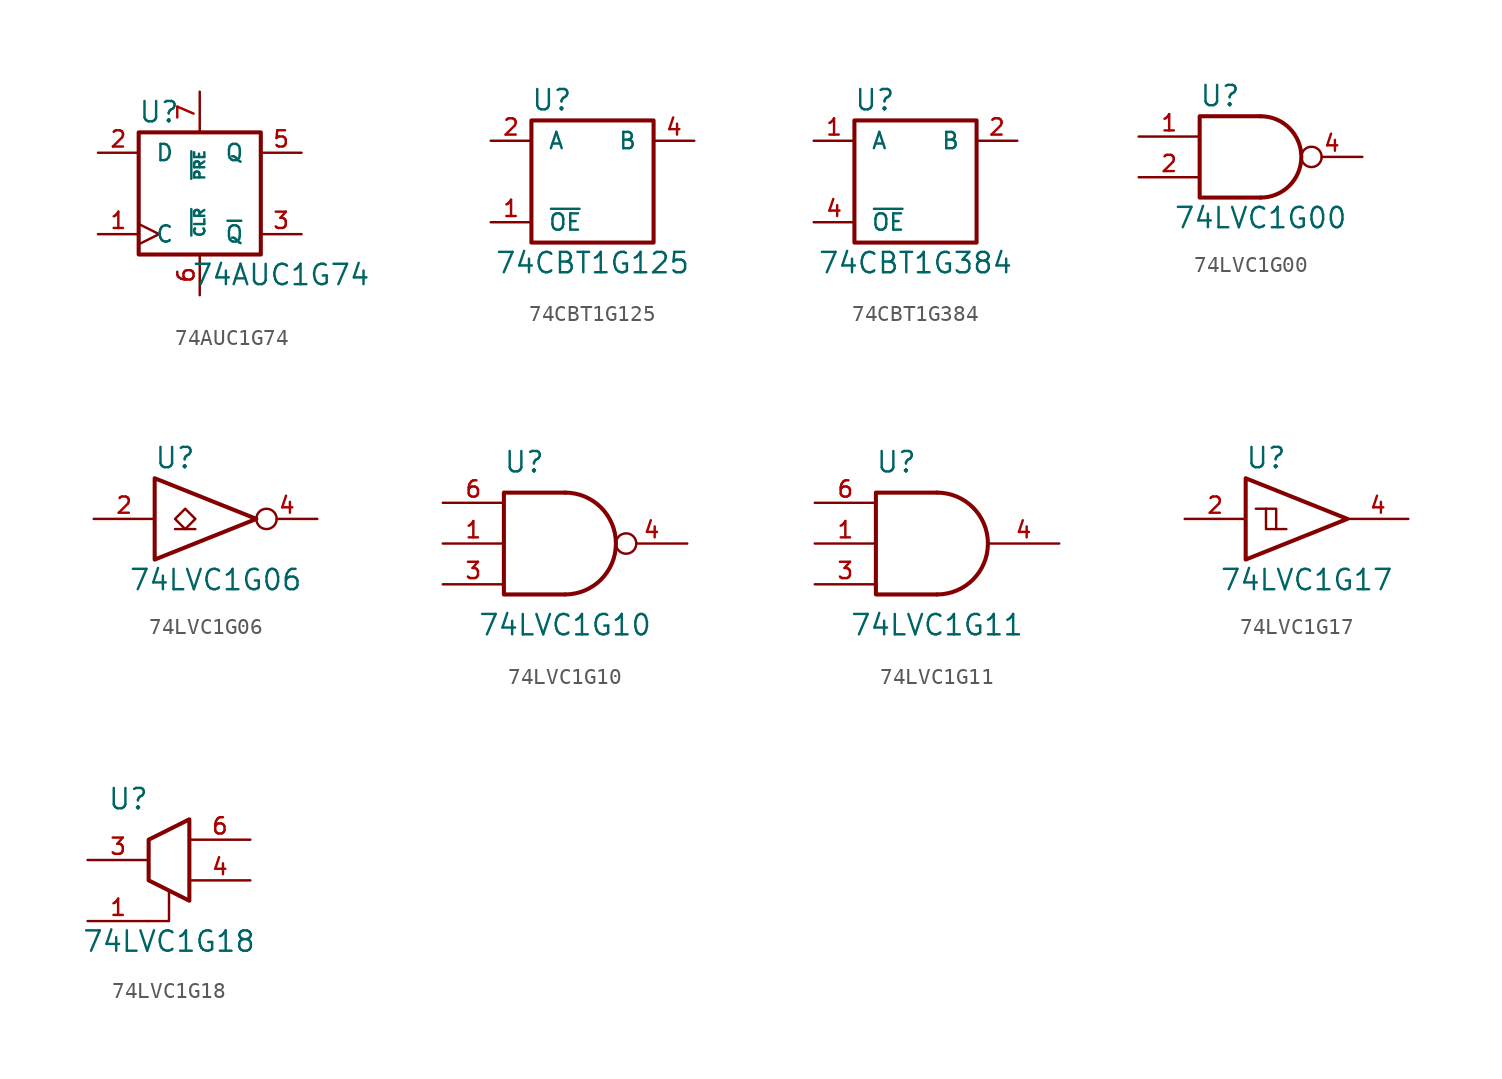
<source format=kicad_sym>
(kicad_symbol_lib
  (version 20201005)
  (generator kicad_symbol_editor)
  (symbol "74AUC1G74"
    (pin_names
      (offset 1.016))
    (property "Reference" "U"
      (at -2.54 5.08 0)
      (effects (font (size 1.27 1.27))))
    (property "Value" "74AUC1G74"
      (at 5.08 -5.08 0)
      (effects (font (size 1.27 1.27))))
    (symbol "74AUC1G74_0_1"
      (rectangle (start -3.81 3.81) (end 3.81 -3.81) (stroke (width 0.254)) (fill (type none))))
    (symbol "74AUC1G74_1_1"
      (pin input clock (at -6.35 -2.54 0) (length 2.54) (name "C" (effects (font (size 1.016 1.016)))) (number "1" (effects (font (size 1.016 1.016)))))
      (pin input line (at -6.35 2.54 0) (length 2.54) (name "D" (effects (font (size 1.016 1.016)))) (number "2" (effects (font (size 1.016 1.016)))))
      (pin output line (at 6.35 -2.54 180) (length 2.54) (name "~Q" (effects (font (size 1.016 1.016)))) (number "3" (effects (font (size 1.016 1.016)))))
      (pin power_in line (at -3.81 -3.81 270) (length 0) hide (name "GND" (effects (font (size 1.016 1.016)))) (number "4" (effects (font (size 1.016 1.016)))))
      (pin output line (at 6.35 2.54 180) (length 2.54) (name "Q" (effects (font (size 1.016 1.016)))) (number "5" (effects (font (size 1.016 1.016)))))
      (pin input line (at 0 -6.35 90) (length 2.54) (name "~CLR" (effects (font (size 0.635 0.635)))) (number "6" (effects (font (size 1.016 1.016)))))
      (pin input line (at 0 6.35 270) (length 2.54) (name "~PRE" (effects (font (size 0.635 0.635)))) (number "7" (effects (font (size 1.016 1.016)))))
      (pin power_in line (at -3.81 3.81 90) (length 0) hide (name "VCC" (effects (font (size 1.016 1.016)))) (number "8" (effects (font (size 1.016 1.016)))))))
  (symbol "74CBT1G125"
    (pin_names
      (offset 1.016))
    (property "Reference" "U"
      (at -2.54 5.08 0)
      (effects (font (size 1.27 1.27))))
    (property "Value" "74CBT1G125"
      (at 0 -5.08 0)
      (effects (font (size 1.27 1.27))))
    (symbol "74CBT1G125_0_1"
      (rectangle (start -3.81 3.81) (end 3.81 -3.81) (stroke (width 0.254)) (fill (type none))))
    (symbol "74CBT1G125_1_1"
      (pin input line (at -6.35 -2.54 0) (length 2.54) (name "~OE" (effects (font (size 1.016 1.016)))) (number "1" (effects (font (size 1.016 1.016)))))
      (pin input line (at -6.35 2.54 0) (length 2.54) (name "A" (effects (font (size 1.016 1.016)))) (number "2" (effects (font (size 1.016 1.016)))))
      (pin power_in line (at 0 -3.81 270) (length 0) hide (name "GND" (effects (font (size 1.016 1.016)))) (number "3" (effects (font (size 1.016 1.016)))))
      (pin tri_state line (at 6.35 2.54 180) (length 2.54) (name "B" (effects (font (size 1.016 1.016)))) (number "4" (effects (font (size 1.016 1.016)))))
      (pin power_in line (at 0 3.81 90) (length 0) hide (name "VCC" (effects (font (size 1.016 1.016)))) (number "5" (effects (font (size 1.016 1.016)))))))
  (symbol "74CBT1G384"
    (pin_names
      (offset 1.016))
    (property "Reference" "U"
      (at -2.54 5.08 0)
      (effects (font (size 1.27 1.27))))
    (property "Value" "74CBT1G384"
      (at 0 -5.08 0)
      (effects (font (size 1.27 1.27))))
    (symbol "74CBT1G384_0_1"
      (rectangle (start -3.81 3.81) (end 3.81 -3.81) (stroke (width 0.254)) (fill (type none))))
    (symbol "74CBT1G384_1_1"
      (pin input line (at -6.35 2.54 0) (length 2.54) (name "A" (effects (font (size 1.016 1.016)))) (number "1" (effects (font (size 1.016 1.016)))))
      (pin tri_state line (at 6.35 2.54 180) (length 2.54) (name "B" (effects (font (size 1.016 1.016)))) (number "2" (effects (font (size 1.016 1.016)))))
      (pin power_in line (at 0 -3.81 270) (length 0) hide (name "GND" (effects (font (size 1.016 1.016)))) (number "3" (effects (font (size 1.016 1.016)))))
      (pin input line (at -6.35 -2.54 0) (length 2.54) (name "~OE" (effects (font (size 1.016 1.016)))) (number "4" (effects (font (size 1.016 1.016)))))
      (pin power_in line (at 0 3.81 90) (length 0) hide (name "VCC" (effects (font (size 1.016 1.016)))) (number "5" (effects (font (size 1.016 1.016)))))))
  (symbol "74LVC1G00"
    (pin_names
      (offset 1.016))
    (property "Reference" "U"
      (at -2.54 3.81 0)
      (effects (font (size 1.27 1.27))))
    (property "Value" "74LVC1G00"
      (at 0 -3.81 0)
      (effects (font (size 1.27 1.27))))
    (symbol "74LVC1G00_0_1"
      (arc (start 0 -2.54) (end 0 2.54) (radius (at 0 0) (length 2.54) (angles -89.9 89.9)) (stroke (width 0.254)) (fill (type none)))
      (polyline (pts (xy 0 -2.54) (xy -3.81 -2.54) (xy -3.81 2.54) (xy 0 2.54)) (stroke (width 0.254)) (fill (type none))))
    (symbol "74LVC1G00_1_1"
      (pin input line (at -7.62 1.27 0) (length 3.81) (name "~" (effects (font (size 1.016 1.016)))) (number "1" (effects (font (size 1.016 1.016)))))
      (pin input line (at -7.62 -1.27 0) (length 3.81) (name "~" (effects (font (size 1.016 1.016)))) (number "2" (effects (font (size 1.016 1.016)))))
      (pin power_in line (at 0 -2.54 270) (length 0) hide (name "GND" (effects (font (size 1.016 1.016)))) (number "3" (effects (font (size 1.016 1.016)))))
      (pin output inverted (at 6.35 0 180) (length 3.81) (name "~" (effects (font (size 1.016 1.016)))) (number "4" (effects (font (size 1.016 1.016)))))
      (pin power_in line (at 0 2.54 90) (length 0) hide (name "VCC" (effects (font (size 1.016 1.016)))) (number "5" (effects (font (size 1.016 1.016)))))))
  (symbol "74LVC1G06"
    (pin_names
      (offset 1.016))
    (property "Reference" "U"
      (at -2.54 3.81 0)
      (effects (font (size 1.27 1.27))))
    (property "Value" "74LVC1G06"
      (at 0 -3.81 0)
      (effects (font (size 1.27 1.27))))
    (symbol "74LVC1G06_0_1"
      (polyline (pts (xy -2.54 -0.635) (xy -1.27 -0.635)) (stroke (width 0)) (fill (type none)))
      (polyline (pts (xy -3.81 2.54) (xy -3.81 -2.54) (xy 2.54 0) (xy -3.81 2.54)) (stroke (width 0.254)) (fill (type none)))
      (polyline (pts (xy -1.905 0.635) (xy -2.54 0) (xy -1.905 -0.635) (xy -1.27 0) (xy -1.905 0.635)) (stroke (width 0)) (fill (type none))))
    (symbol "74LVC1G06_1_1"
      (pin input line (at -7.62 0 0) (length 3.81) (name "~" (effects (font (size 1.016 1.016)))) (number "2" (effects (font (size 1.016 1.016)))))
      (pin power_in line (at 0 -2.54 270) (length 0) hide (name "GND" (effects (font (size 1.016 1.016)))) (number "3" (effects (font (size 1.016 1.016)))))
      (pin open_collector inverted (at 6.35 0 180) (length 3.81) (name "~" (effects (font (size 1.016 1.016)))) (number "4" (effects (font (size 1.016 1.016)))))
      (pin power_in line (at 0 2.54 90) (length 0) hide (name "VCC" (effects (font (size 1.016 1.016)))) (number "5" (effects (font (size 1.016 1.016)))))))
  (symbol "74LVC1G10"
    (pin_names
      (offset 1.016))
    (property "Reference" "U"
      (at -2.54 5.08 0)
      (effects (font (size 1.27 1.27))))
    (property "Value" "74LVC1G10"
      (at 0 -5.08 0)
      (effects (font (size 1.27 1.27))))
    (symbol "74LVC1G10_0_1"
      (arc (start 0 -3.175) (end 0 3.175) (radius (at 0 0) (length 3.175) (angles -89.9 89.9)) (stroke (width 0.254)) (fill (type none)))
      (polyline (pts (xy 0 -3.175) (xy -3.81 -3.175) (xy -3.81 3.175) (xy 0 3.175)) (stroke (width 0.254)) (fill (type none))))
    (symbol "74LVC1G10_1_1"
      (pin input line (at -7.62 0 0) (length 3.81) (name "~" (effects (font (size 1.016 1.016)))) (number "1" (effects (font (size 1.016 1.016)))))
      (pin power_in line (at 0 -3.175 270) (length 0) hide (name "GND" (effects (font (size 1.016 1.016)))) (number "2" (effects (font (size 1.016 1.016)))))
      (pin input line (at -7.62 -2.54 0) (length 3.81) (name "~" (effects (font (size 1.016 1.016)))) (number "3" (effects (font (size 1.016 1.016)))))
      (pin output inverted (at 7.62 0 180) (length 4.445) (name "~" (effects (font (size 1.016 1.016)))) (number "4" (effects (font (size 1.016 1.016)))))
      (pin power_in line (at 0 3.175 90) (length 0) hide (name "VCC" (effects (font (size 1.016 1.016)))) (number "5" (effects (font (size 1.016 1.016)))))
      (pin input line (at -7.62 2.54 0) (length 3.81) (name "~" (effects (font (size 1.016 1.016)))) (number "6" (effects (font (size 1.016 1.016)))))))
  (symbol "74LVC1G11"
    (pin_names
      (offset 1.016))
    (property "Reference" "U"
      (at -2.54 5.08 0)
      (effects (font (size 1.27 1.27))))
    (property "Value" "74LVC1G11"
      (at 0 -5.08 0)
      (effects (font (size 1.27 1.27))))
    (symbol "74LVC1G11_0_1"
      (arc (start 0 -3.175) (end 0 3.175) (radius (at 0 0) (length 3.175) (angles -89.9 89.9)) (stroke (width 0.254)) (fill (type none)))
      (polyline (pts (xy 0 -3.175) (xy -3.81 -3.175) (xy -3.81 3.175) (xy 0 3.175)) (stroke (width 0.254)) (fill (type none))))
    (symbol "74LVC1G11_1_1"
      (pin input line (at -7.62 0 0) (length 3.81) (name "~" (effects (font (size 1.016 1.016)))) (number "1" (effects (font (size 1.016 1.016)))))
      (pin power_in line (at 0 -3.175 270) (length 0) hide (name "GND" (effects (font (size 1.016 1.016)))) (number "2" (effects (font (size 1.016 1.016)))))
      (pin input line (at -7.62 -2.54 0) (length 3.81) (name "~" (effects (font (size 1.016 1.016)))) (number "3" (effects (font (size 1.016 1.016)))))
      (pin output line (at 7.62 0 180) (length 4.445) (name "~" (effects (font (size 1.016 1.016)))) (number "4" (effects (font (size 1.016 1.016)))))
      (pin power_in line (at 0 3.175 90) (length 0) hide (name "VCC" (effects (font (size 1.016 1.016)))) (number "5" (effects (font (size 1.016 1.016)))))
      (pin input line (at -7.62 2.54 0) (length 3.81) (name "~" (effects (font (size 1.016 1.016)))) (number "6" (effects (font (size 1.016 1.016)))))))
  (symbol "74LVC1G17"
    (pin_names
      (offset 1.016))
    (property "Reference" "U"
      (at -2.54 3.81 0)
      (effects (font (size 1.27 1.27))))
    (property "Value" "74LVC1G17"
      (at 0 -3.81 0)
      (effects (font (size 1.27 1.27))))
    (symbol "74LVC1G17_0_1"
      (polyline (pts (xy -2.54 0.635) (xy -1.905 0.635) (xy -1.905 -0.635)) (stroke (width 0)) (fill (type none)))
      (polyline (pts (xy -3.81 2.54) (xy -3.81 -2.54) (xy 2.54 0) (xy -3.81 2.54)) (stroke (width 0.254)) (fill (type none)))
      (polyline (pts (xy -3.175 0.635) (xy -2.54 0.635) (xy -2.54 -0.635) (xy -1.27 -0.635)) (stroke (width 0)) (fill (type none))))
    (symbol "74LVC1G17_1_1"
      (pin input line (at -7.62 0 0) (length 3.81) (name "~" (effects (font (size 1.016 1.016)))) (number "2" (effects (font (size 1.016 1.016)))))
      (pin power_in line (at 0 -2.54 270) (length 0) hide (name "GND" (effects (font (size 1.016 1.016)))) (number "3" (effects (font (size 1.016 1.016)))))
      (pin output line (at 6.35 0 180) (length 3.81) (name "~" (effects (font (size 1.016 1.016)))) (number "4" (effects (font (size 1.016 1.016)))))
      (pin power_in line (at 0 2.54 90) (length 0) hide (name "VCC" (effects (font (size 1.016 1.016)))) (number "5" (effects (font (size 1.016 1.016)))))))
  (symbol "74LVC1G18"
    (pin_names
      (offset 1.016))
    (property "Reference" "U"
      (at -2.54 3.81 0)
      (effects (font (size 1.27 1.27))))
    (property "Value" "74LVC1G18"
      (at 0 -5.08 0)
      (effects (font (size 1.27 1.27))))
    (symbol "74LVC1G18_0_1"
      (polyline (pts (xy -1.27 -3.81) (xy 0 -3.81) (xy 0 -1.905)) (stroke (width 0)) (fill (type none)))
      (polyline (pts (xy -1.27 1.27) (xy -1.27 -1.27) (xy 1.27 -2.54) (xy 1.27 -0.635) (xy 1.27 0) (xy 1.27 0.635) (xy 1.27 2.54) (xy -1.27 1.27)) (stroke (width 0.254)) (fill (type none))))
    (symbol "74LVC1G18_1_1"
      (pin input line (at -5.08 -3.81 0) (length 3.81) (name "~" (effects (font (size 1.016 1.016)))) (number "1" (effects (font (size 1.016 1.016)))))
      (pin power_in line (at 1.27 -2.54 270) (length 0) hide (name "GND" (effects (font (size 1.016 1.016)))) (number "2" (effects (font (size 1.016 1.016)))))
      (pin input line (at -5.08 0 0) (length 3.81) (name "~" (effects (font (size 1.016 1.016)))) (number "3" (effects (font (size 1.016 1.016)))))
      (pin tri_state line (at 5.08 -1.27 180) (length 3.81) (name "~" (effects (font (size 1.016 1.016)))) (number "4" (effects (font (size 1.016 1.016)))))
      (pin power_in line (at 1.27 2.54 90) (length 0) hide (name "VCC" (effects (font (size 1.016 1.016)))) (number "5" (effects (font (size 1.016 1.016)))))
      (pin tri_state line (at 5.08 1.27 180) (length 3.81) (name "~" (effects (font (size 1.016 1.016)))) (number "6" (effects (font (size 1.016 1.016))))))))
</source>
